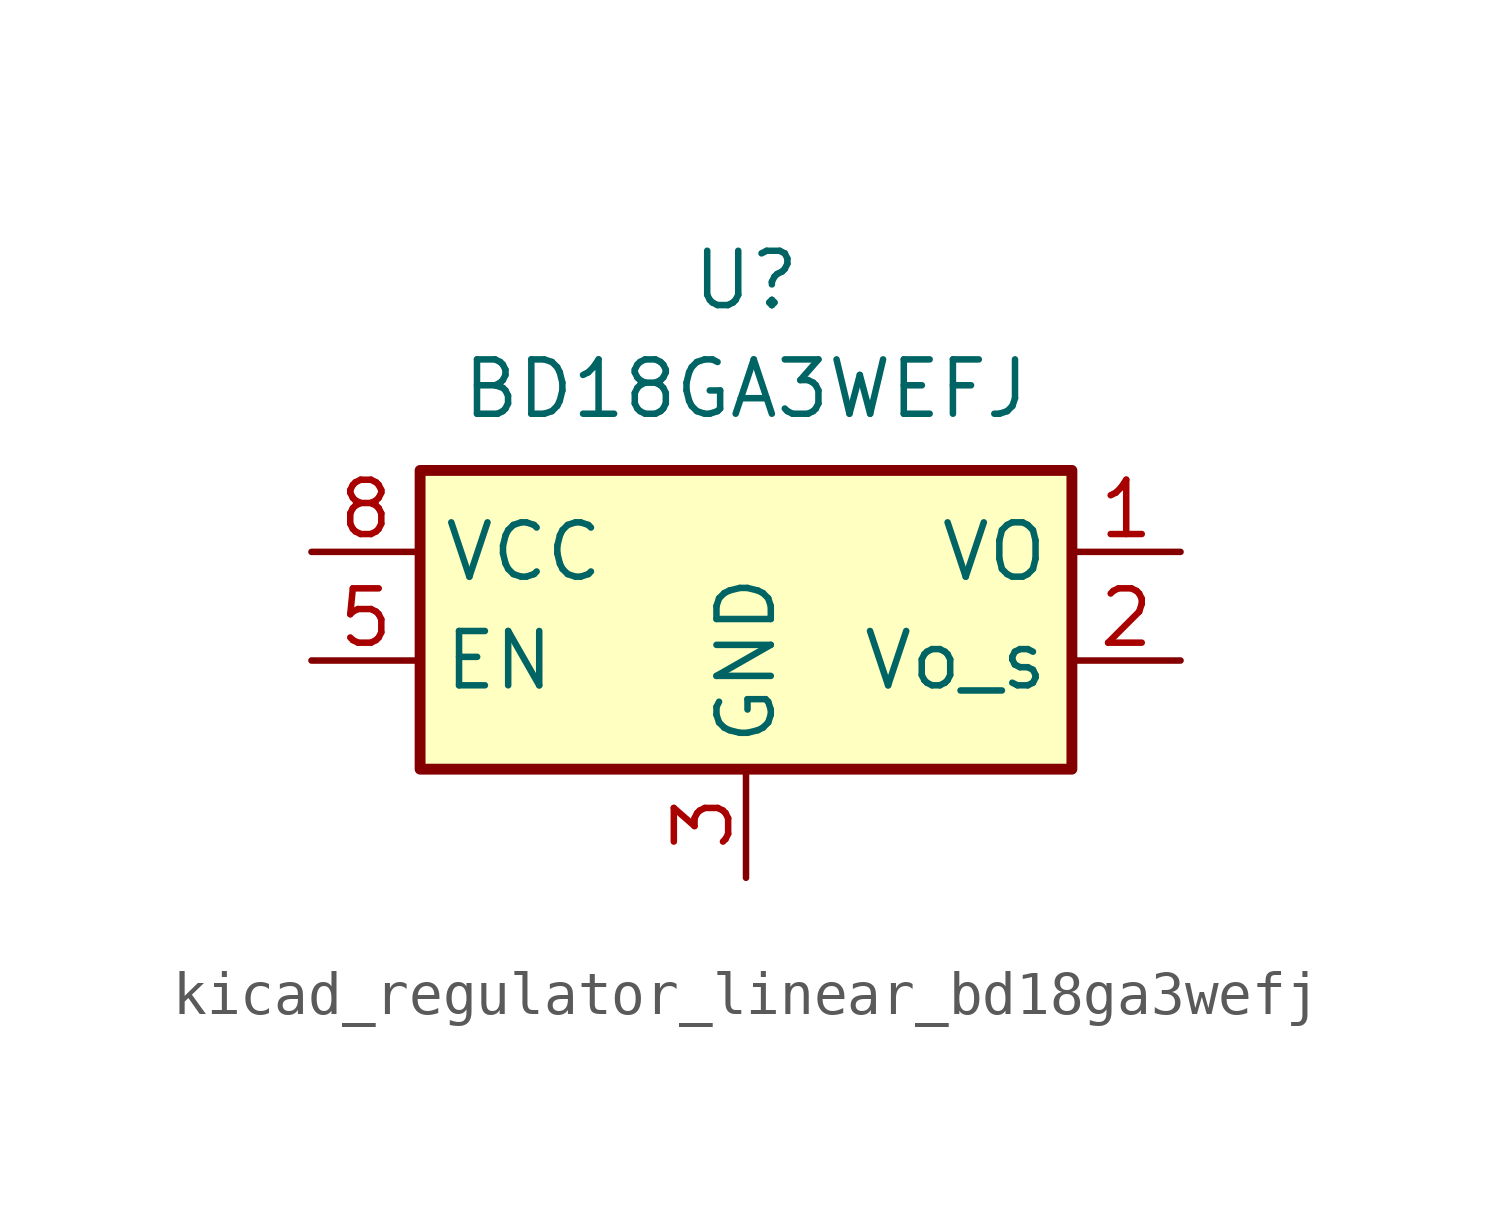
<source format=kicad_sym>
(kicad_symbol_lib
  (version 20220914)
  (generator kicad_symbol_editor)
  (symbol "kicad_regulator_linear_bd18ga3wefj"
    (property "Reference" "U"
      (at 0 6.35 0)
      (effects (font (size 1.27 1.27))))
    (property "Value" "BD18GA3WEFJ"
      (at 0 3.81 0)
      (effects (font (size 1.27 1.27))))
    (symbol "kicad_regulator_linear_bd18ga3wefj_1_1"
      (rectangle (start -7.62 -5.08) (end 7.62 1.905) (stroke (width 0.254) (type default)) (fill (type background)))
      (pin power_out line (at 10.16 0 180) (length 2.54) (name "VO" (effects (font (size 1.27 1.27)))) (number "1" (effects (font (size 1.27 1.27)))))
      (pin input line (at 10.16 -2.54 180) (length 2.54) (name "Vo_s" (effects (font (size 1.27 1.27)))) (number "2" (effects (font (size 1.27 1.27)))))
      (pin power_in line (at 0 -7.62 90) (length 2.54) (name "GND" (effects (font (size 1.27 1.27)))) (number "3" (effects (font (size 1.27 1.27)))))
      (pin passive line (at 0 -7.62 90) (length 2.54) hide (name "GND" (effects (font (size 1.27 1.27)))) (number "4" (effects (font (size 1.27 1.27)))))
      (pin input line (at -10.16 -2.54 0) (length 2.54) (name "EN" (effects (font (size 1.27 1.27)))) (number "5" (effects (font (size 1.27 1.27)))))
      (pin passive line (at 0 -7.62 90) (length 2.54) hide (name "GND" (effects (font (size 1.27 1.27)))) (number "6" (effects (font (size 1.27 1.27)))))
      (pin passive line (at 0 -7.62 90) (length 2.54) hide (name "GND" (effects (font (size 1.27 1.27)))) (number "7" (effects (font (size 1.27 1.27)))))
      (pin power_in line (at -10.16 0 0) (length 2.54) (name "VCC" (effects (font (size 1.27 1.27)))) (number "8" (effects (font (size 1.27 1.27)))))
      (pin passive line (at 0 -7.62 90) (length 2.54) hide (name "GND" (effects (font (size 1.27 1.27)))) (number "9" (effects (font (size 1.27 1.27))))))))
</source>
